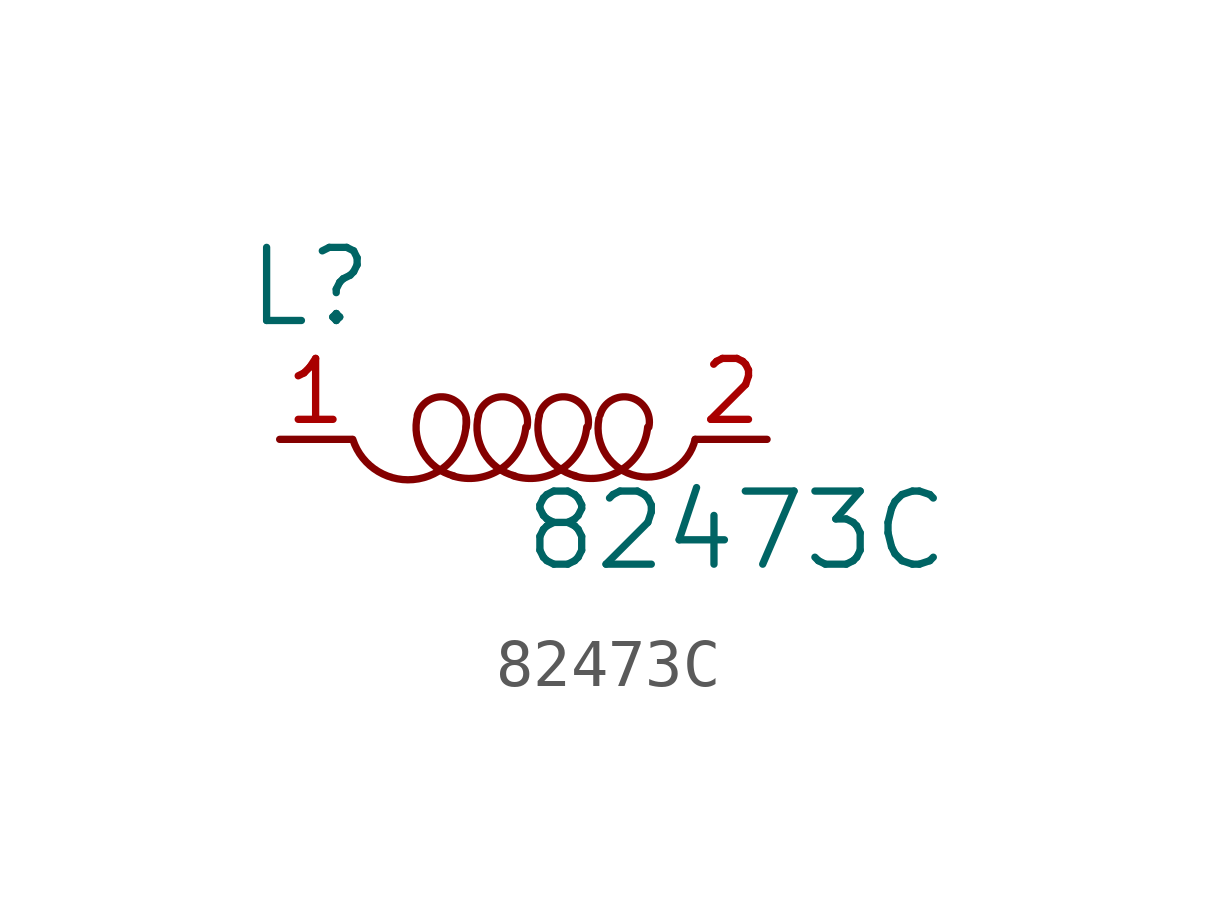
<source format=kicad_sym>
(kicad_symbol_lib
  (version 20201005)
  (generator kicad_symbol_editor)
  (symbol "82473C"
    (pin_names
      (offset 1.016))
    (property "Reference" "L"
      (at -4.445 3.175 0)
      (effects (font (size 1.524 1.524))))
    (property "Value" "82473C"
      (at 4.445 -1.905 0)
      (effects (font (size 1.524 1.524))))
    (symbol "82473C_0_1"
      (arc (start -3.556 0) (end -1.1938 0.4318) (radius (at -2.3876 0.3556) (length 1.2192) (angles -163.1 3.7)) (stroke (width 0)) (fill (type none)))
      (arc (start -1.1938 0.254) (end -2.2098 0.508) (radius (at -1.7018 0.3556) (length 0.508) (angles -11.3 163.3)) (stroke (width 0)) (fill (type none)))
      (arc (start -2.2098 0.508) (end -1.4478 -0.762) (radius (at -1.1938 0.254) (length 1.0414) (angles 166 -104)) (stroke (width 0)) (fill (type none)))
      (arc (start -1.4732 -0.762) (end 0.0508 0.254) (radius (at -1.0668 0.3302) (length 1.1684) (angles -110.4 -3.9)) (stroke (width 0)) (fill (type none)))
      (arc (start 0.0762 0.254) (end -0.9398 0.508) (radius (at -0.4318 0.3556) (length 0.508) (angles -11.3 163.3)) (stroke (width 0)) (fill (type none)))
      (arc (start -0.9398 0.508) (end -0.1778 -0.762) (radius (at 0.0762 0.254) (length 1.0414) (angles 166 -104)) (stroke (width 0)) (fill (type none)))
      (arc (start -0.2032 -0.762) (end 1.3208 0.254) (radius (at 0.2032 0.3302) (length 1.1684) (angles -110.4 -3.9)) (stroke (width 0)) (fill (type none)))
      (arc (start 1.3462 0.254) (end 0.3302 0.508) (radius (at 0.8382 0.3556) (length 0.508) (angles -11.3 163.3)) (stroke (width 0)) (fill (type none)))
      (arc (start 0.3302 0.508) (end 1.0922 -0.762) (radius (at 1.3462 0.254) (length 1.0414) (angles 166 -104)) (stroke (width 0)) (fill (type none)))
      (arc (start 1.0668 -0.762) (end 2.5908 0.254) (radius (at 1.4732 0.3302) (length 1.1684) (angles -110.4 -3.9)) (stroke (width 0)) (fill (type none)))
      (arc (start 2.6162 0.254) (end 1.6002 0.508) (radius (at 2.1082 0.3556) (length 0.508) (angles -11.3 163.3)) (stroke (width 0)) (fill (type none)))
      (arc (start 3.5814 0) (end 1.5748 0.4318) (radius (at 2.5908 0.2286) (length 1.016) (angles -13 168.7)) (stroke (width 0)) (fill (type none))))
    (symbol "82473C_1_1"
      (pin passive line (at -5.08 0 0) (length 1.499) (name "~" (effects (font (size 1.27 1.27)))) (number "1" (effects (font (size 1.27 1.27)))))
      (pin passive line (at 5.08 0 180) (length 1.499) (name "~" (effects (font (size 1.27 1.27)))) (number "2" (effects (font (size 1.27 1.27))))))))
</source>
